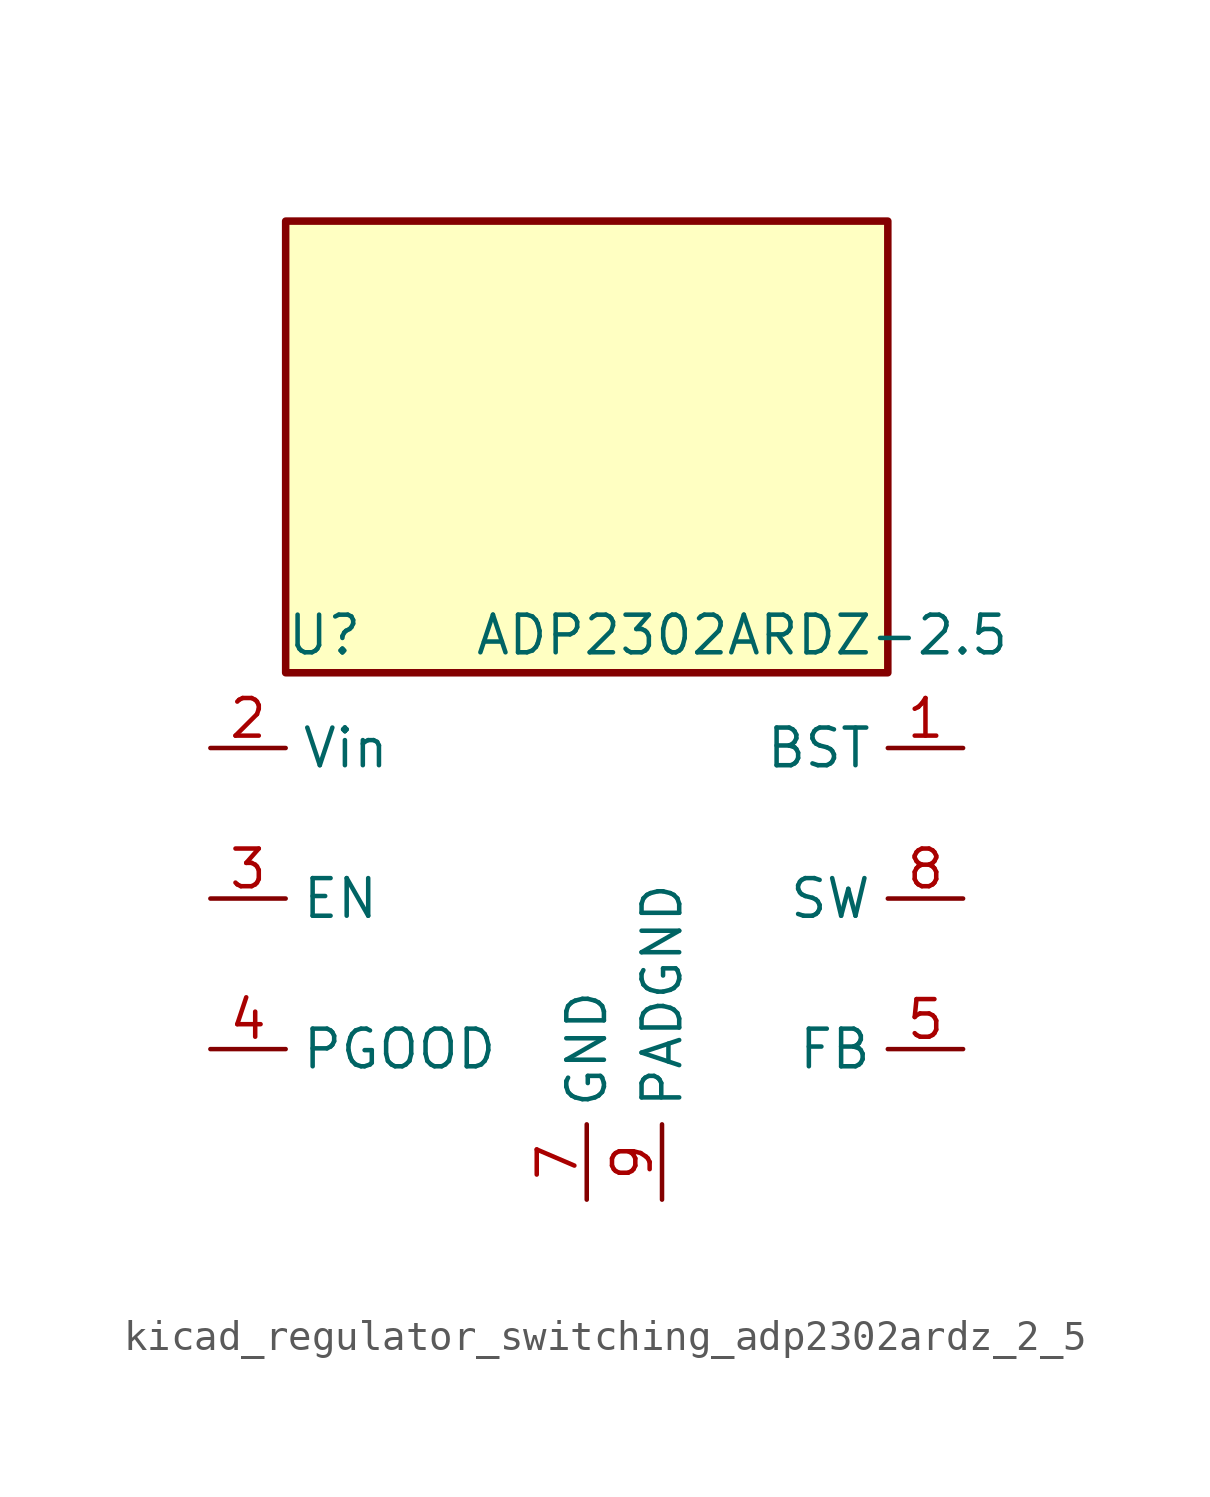
<source format=kicad_sym>
(kicad_symbol_lib
  (version 20220914)
  (generator kicad_symbol_editor)
  (symbol "kicad_regulator_switching_adp2302ardz_2_5"
    (property "Reference" "U"
      (at -10.16 8.89 0)
      (effects (font (size 1.27 1.27)) (justify left)))
    (property "Value" "ADP2302ARDZ-2.5"
      (at -3.81 8.89 0)
      (effects (font (size 1.27 1.27)) (justify left)))
    (symbol "kicad_regulator_switching_adp2302ardz_2_5_0_1"
      (rectangle (start 10.16 22.86) (end -10.16 7.62) (stroke (width 0.254) (type default)) (fill (type background))))
    (symbol "kicad_regulator_switching_adp2302ardz_2_5_1_1"
      (pin input line (at 12.7 5.08 180) (length 2.54) (name "BST" (effects (font (size 1.27 1.27)))) (number "1" (effects (font (size 1.27 1.27)))))
      (pin power_in line (at -12.7 5.08 0) (length 2.54) (name "Vin" (effects (font (size 1.27 1.27)))) (number "2" (effects (font (size 1.27 1.27)))))
      (pin input line (at -12.7 0 0) (length 2.54) (name "EN" (effects (font (size 1.27 1.27)))) (number "3" (effects (font (size 1.27 1.27)))))
      (pin output line (at -12.7 -5.08 0) (length 2.54) (name "PGOOD" (effects (font (size 1.27 1.27)))) (number "4" (effects (font (size 1.27 1.27)))))
      (pin input line (at 12.7 -5.08 180) (length 2.54) (name "FB" (effects (font (size 1.27 1.27)))) (number "5" (effects (font (size 1.27 1.27)))))
      (pin no_connect line (at -10.16 2.54 0) (length 2.54) hide (name "NC" (effects (font (size 1.27 1.27)))) (number "6" (effects (font (size 1.27 1.27)))))
      (pin power_in line (at 0 -10.16 90) (length 2.54) (name "GND" (effects (font (size 1.27 1.27)))) (number "7" (effects (font (size 1.27 1.27)))))
      (pin power_out line (at 12.7 0 180) (length 2.54) (name "SW" (effects (font (size 1.27 1.27)))) (number "8" (effects (font (size 1.27 1.27)))))
      (pin power_in line (at 2.54 -10.16 90) (length 2.54) (name "PADGND" (effects (font (size 1.27 1.27)))) (number "9" (effects (font (size 1.27 1.27))))))))
</source>
